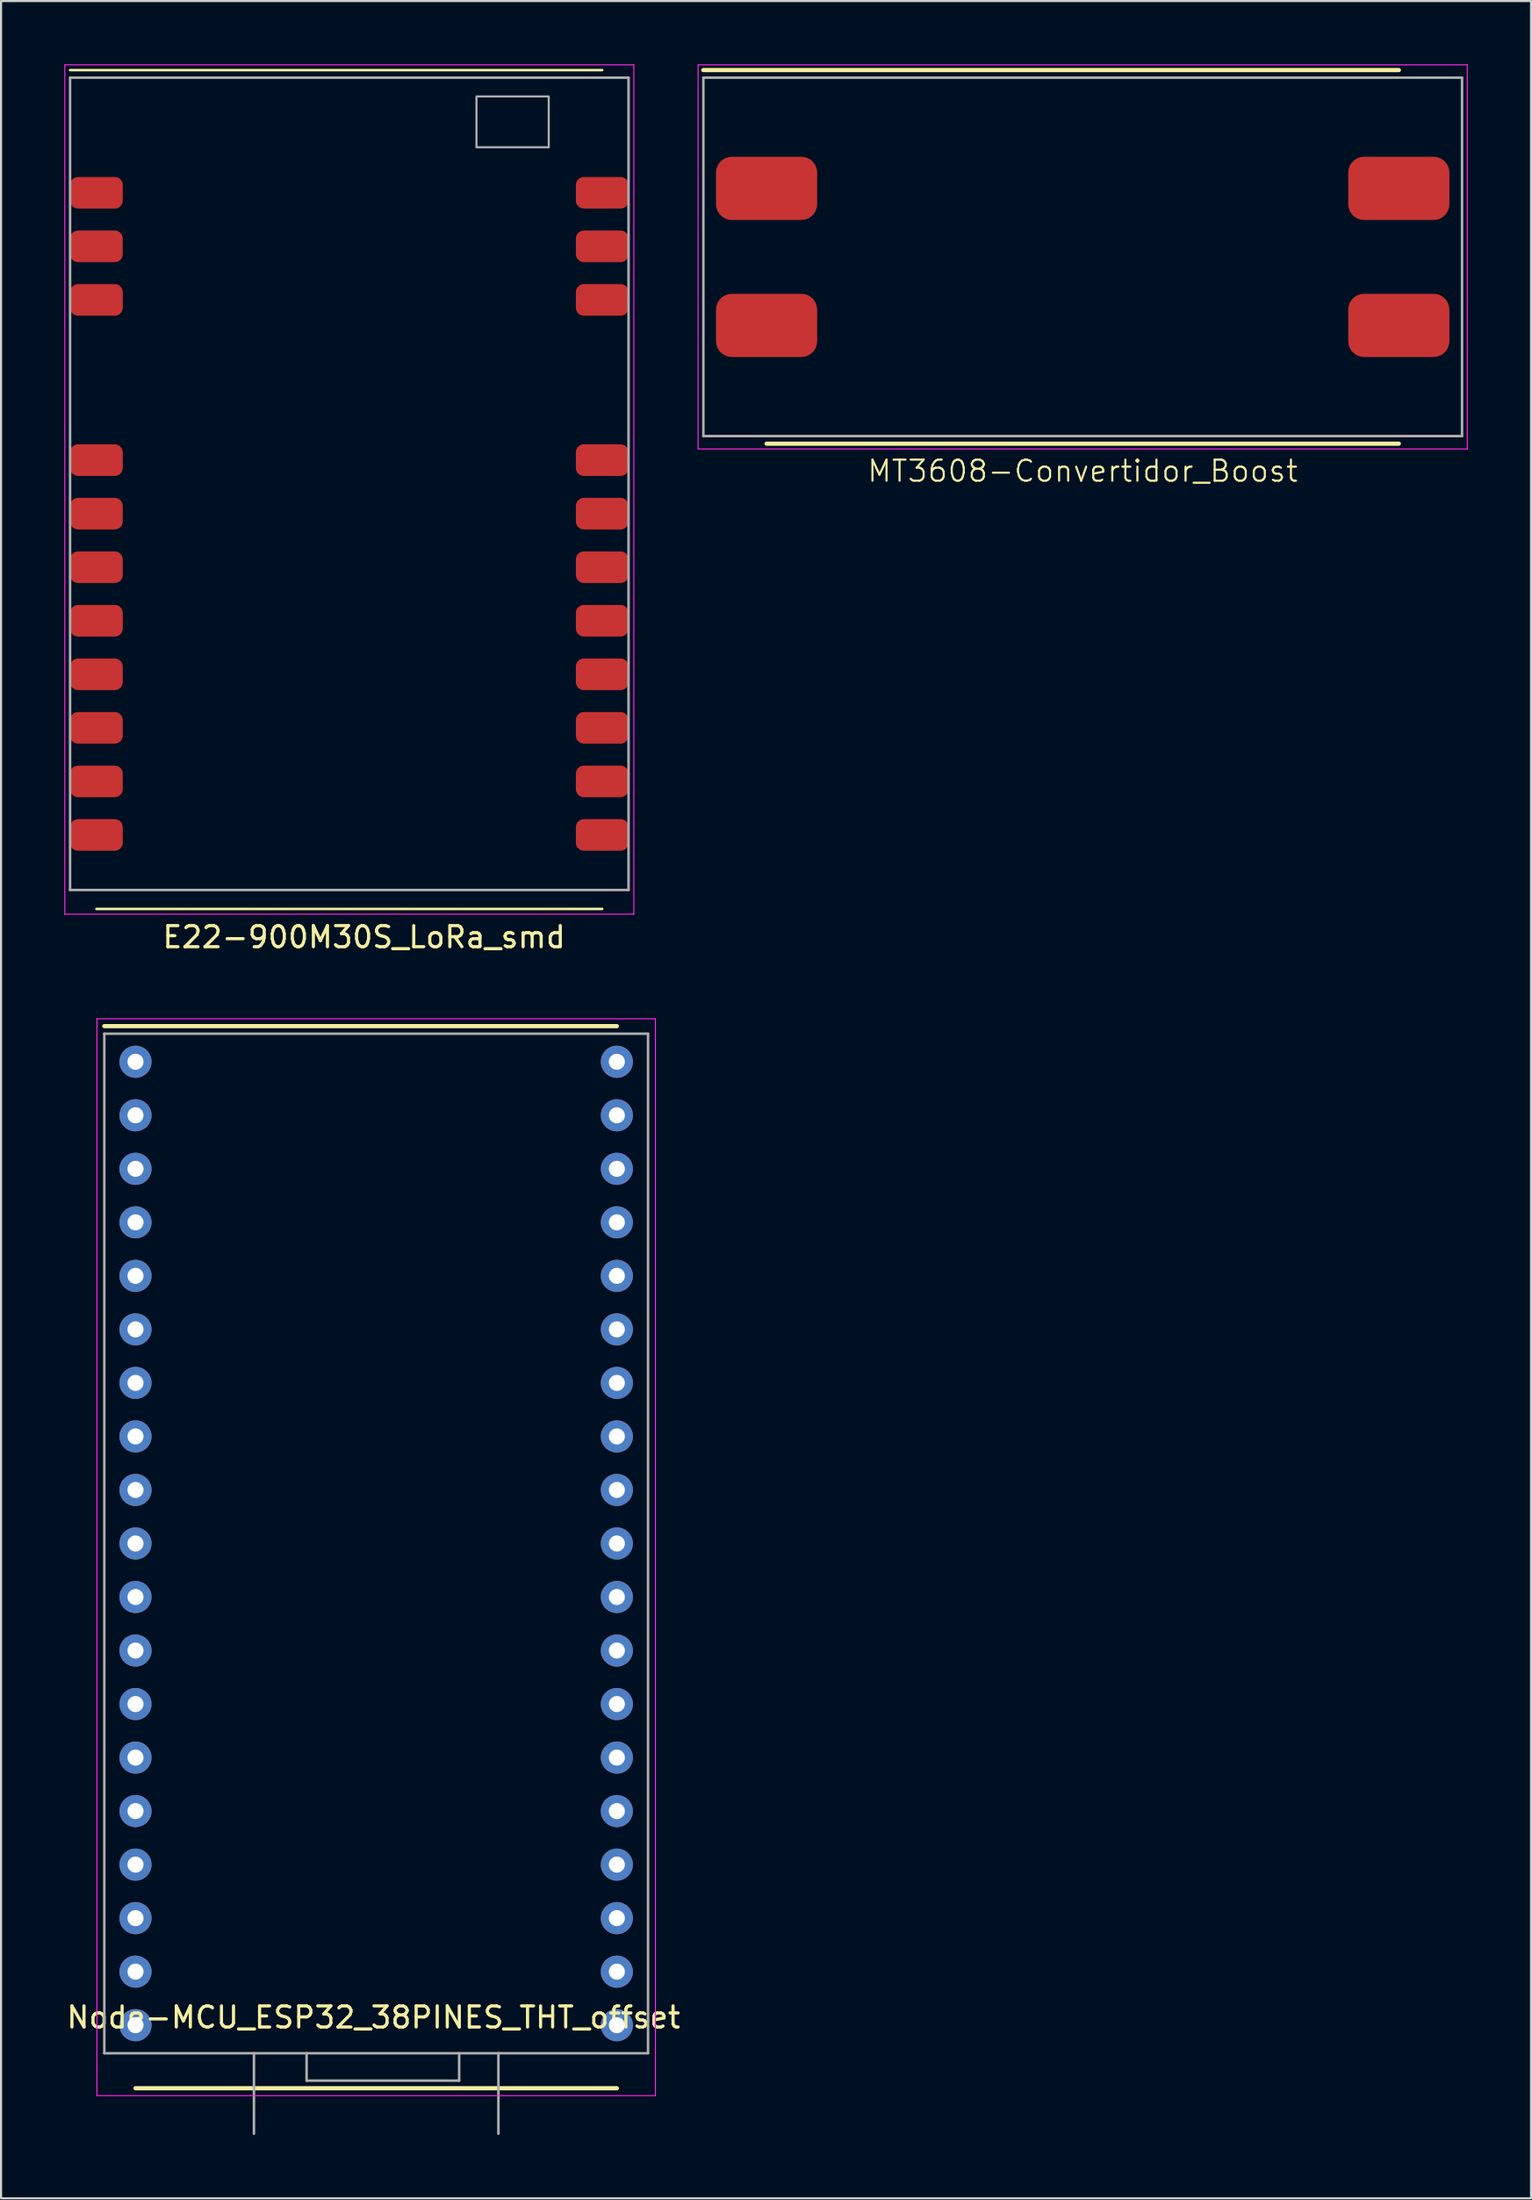
<source format=kicad_pcb>
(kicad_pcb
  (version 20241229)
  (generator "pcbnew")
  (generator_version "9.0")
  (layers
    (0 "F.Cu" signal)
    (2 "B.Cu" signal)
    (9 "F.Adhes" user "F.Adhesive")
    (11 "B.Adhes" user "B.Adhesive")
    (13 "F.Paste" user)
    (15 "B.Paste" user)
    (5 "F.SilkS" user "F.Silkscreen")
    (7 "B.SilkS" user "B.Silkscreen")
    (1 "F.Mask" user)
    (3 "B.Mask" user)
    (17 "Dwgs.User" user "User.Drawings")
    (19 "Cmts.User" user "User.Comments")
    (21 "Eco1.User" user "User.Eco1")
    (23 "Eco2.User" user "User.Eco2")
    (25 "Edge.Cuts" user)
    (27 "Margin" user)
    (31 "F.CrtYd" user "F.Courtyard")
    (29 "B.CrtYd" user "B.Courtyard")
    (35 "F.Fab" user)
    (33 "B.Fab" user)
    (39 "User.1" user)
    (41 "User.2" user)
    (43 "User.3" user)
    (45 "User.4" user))
  (footprint "E22-900M30S_LoRa_smd"
    (layer "F.Cu")
    (at 13.525 20.17)
    (property "Reference" "E22-900M30S_LoRa_smd" (at 0.7 21.231 0) (layer "F.SilkS") (effects (font (size 1 1) (thickness 0.15))))
    (attr smd)
    (fp_line (start -12 19.895) (end 12 19.895) (stroke (width 0.12) (type solid)) (layer "F.SilkS"))
    (fp_line (start 12 -19.895) (end -13.25 -19.895) (stroke (width 0.12) (type solid)) (layer "F.SilkS"))
    (fp_line (start -13.5 -20.145) (end -13.5 20.145) (stroke (width 0.05) (type solid)) (layer "F.CrtYd"))
    (fp_line (start -13.5 20.145) (end 13.5 20.145) (stroke (width 0.05) (type solid)) (layer "F.CrtYd"))
    (fp_line (start 13.5 -20.145) (end -13.5 -20.145) (stroke (width 0.05) (type solid)) (layer "F.CrtYd"))
    (fp_line (start 13.5 20.145) (end 13.5 -20.145) (stroke (width 0.05) (type solid)) (layer "F.CrtYd"))
    (fp_line (start -13.25 18.995) (end -13.25 -19.535) (stroke (width 0.12) (type solid)) (layer "F.Fab"))
    (fp_line (start -13.25 18.995) (end 13.25 18.995) (stroke (width 0.12) (type solid)) (layer "F.Fab"))
    (fp_line (start 13.25 -19.535) (end -13.25 -19.535) (stroke (width 0.12) (type solid)) (layer "F.Fab"))
    (fp_line (start 13.25 18.995) (end 13.25 -19.535) (stroke (width 0.12) (type solid)) (layer "F.Fab"))
    (fp_poly (pts (xy 9.463 -16.234) (xy 6.034 -16.234) (xy 6.034 -18.647) (xy 9.463 -18.647)) (stroke (width 0.1) (type solid)) (fill no) (layer "F.Fab"))
    (pad "1" smd roundrect (at -12 -14.075) (size 2.5 1.5) (layers "F.Cu" "F.Mask" "F.Paste") (roundrect_rratio 0.25))
    (pad "2" smd roundrect (at -12 -11.535) (size 2.5 1.5) (layers "F.Cu" "F.Mask" "F.Paste") (roundrect_rratio 0.25))
    (pad "3" smd roundrect (at -12 -8.995) (size 2.5 1.5) (layers "F.Cu" "F.Mask" "F.Paste") (roundrect_rratio 0.25))
    (pad "4" smd roundrect (at -12 -1.395) (size 2.5 1.5) (layers "F.Cu" "F.Mask" "F.Paste") (roundrect_rratio 0.25))
    (pad "5" smd roundrect (at -12 1.145) (size 2.5 1.5) (layers "F.Cu" "F.Mask" "F.Paste") (roundrect_rratio 0.25))
    (pad "6" smd roundrect (at -12 3.685) (size 2.5 1.5) (layers "F.Cu" "F.Mask" "F.Paste") (roundrect_rratio 0.25))
    (pad "7" smd roundrect (at -12 6.225) (size 2.5 1.5) (layers "F.Cu" "F.Mask" "F.Paste") (roundrect_rratio 0.25))
    (pad "8" smd roundrect (at -12 8.765) (size 2.5 1.5) (layers "F.Cu" "F.Mask" "F.Paste") (roundrect_rratio 0.25))
    (pad "9" smd roundrect (at -12 11.305) (size 2.5 1.5) (layers "F.Cu" "F.Mask" "F.Paste") (roundrect_rratio 0.25))
    (pad "10" smd roundrect (at -12 13.845) (size 2.5 1.5) (layers "F.Cu" "F.Mask" "F.Paste") (roundrect_rratio 0.25))
    (pad "11" smd roundrect (at -12 16.385) (size 2.5 1.5) (layers "F.Cu" "F.Mask" "F.Paste") (roundrect_rratio 0.25))
    (pad "12" smd roundrect (at 12 16.385) (size 2.5 1.5) (layers "F.Cu" "F.Mask" "F.Paste") (roundrect_rratio 0.25))
    (pad "13" smd roundrect (at 12 13.845) (size 2.5 1.5) (layers "F.Cu" "F.Mask" "F.Paste") (roundrect_rratio 0.25))
    (pad "14" smd roundrect (at 12 11.305) (size 2.5 1.5) (layers "F.Cu" "F.Mask" "F.Paste") (roundrect_rratio 0.25))
    (pad "15" smd roundrect (at 12 8.765) (size 2.5 1.5) (layers "F.Cu" "F.Mask" "F.Paste") (roundrect_rratio 0.25))
    (pad "16" smd roundrect (at 12 6.225) (size 2.5 1.5) (layers "F.Cu" "F.Mask" "F.Paste") (roundrect_rratio 0.25))
    (pad "17" smd roundrect (at 12 3.685) (size 2.5 1.5) (layers "F.Cu" "F.Mask" "F.Paste") (roundrect_rratio 0.25))
    (pad "18" smd roundrect (at 12 1.145) (size 2.5 1.5) (layers "F.Cu" "F.Mask" "F.Paste") (roundrect_rratio 0.25))
    (pad "19" smd roundrect (at 12 -1.395) (size 2.5 1.5) (layers "F.Cu" "F.Mask" "F.Paste") (roundrect_rratio 0.25))
    (pad "20" smd roundrect (at 12 -8.995) (size 2.5 1.5) (layers "F.Cu" "F.Mask" "F.Paste") (roundrect_rratio 0.25))
    (pad "21" smd roundrect (at 12 -11.535) (size 2.5 1.5) (layers "F.Cu" "F.Mask" "F.Paste") (roundrect_rratio 0.25))
    (pad "22" smd roundrect (at 12 -14.075) (size 2.5 1.5) (layers "F.Cu" "F.Mask" "F.Paste") (roundrect_rratio 0.25)))
  (footprint "Node-MCU_ESP32_38PINES_THT_offset"
    (layer "F.Cu")
    (at 14.8 70.164)
    (property "Reference" "Node-MCU_ESP32_38PINES_THT_offset" (at -0.127 22.479 0) (layer "F.SilkS") (effects (font (size 1 1) (thickness 0.15))))
    (attr through_hole)
    (fp_line (start 11.42 -24.54) (end -12.9 -24.54) (stroke (width 0.2) (type solid)) (layer "F.SilkS"))
    (fp_line (start 11.42 25.84) (end -11.42 25.84) (stroke (width 0.2) (type solid)) (layer "F.SilkS"))
    (fp_line (start -13.25 -24.89) (end 13.25 -24.89) (stroke (width 0.05) (type solid)) (layer "F.CrtYd"))
    (fp_line (start -13.25 26.19) (end -13.25 -24.89) (stroke (width 0.05) (type solid)) (layer "F.CrtYd"))
    (fp_line (start 13.25 -24.89) (end 13.25 26.19) (stroke (width 0.05) (type solid)) (layer "F.CrtYd"))
    (fp_line (start 13.25 26.19) (end -13.25 26.19) (stroke (width 0.05) (type solid)) (layer "F.CrtYd"))
    (fp_line (start -12.9 -24.18) (end -12.9 24.18) (stroke (width 0.12) (type solid)) (layer "F.Fab"))
    (fp_line (start -12.9 24.18) (end 12.9 24.18) (stroke (width 0.12) (type solid)) (layer "F.Fab"))
    (fp_line (start -5.8 24.18) (end -5.8 28) (stroke (width 0.12) (type solid)) (layer "F.Fab"))
    (fp_line (start -3.302 25.48) (end -3.302 24.18) (stroke (width 0.12) (type solid)) (layer "F.Fab"))
    (fp_line (start -3.302 25.48) (end 3.937 25.48) (stroke (width 0.12) (type solid)) (layer "F.Fab"))
    (fp_line (start 3.937 25.48) (end 3.937 24.18) (stroke (width 0.12) (type solid)) (layer "F.Fab"))
    (fp_line (start 5.8 24.18) (end 5.8 28) (stroke (width 0.12) (type solid)) (layer "F.Fab"))
    (fp_line (start 12.9 -24.18) (end -12.9 -24.18) (stroke (width 0.12) (type solid)) (layer "F.Fab"))
    (fp_line (start 12.9 24.18) (end 12.9 -24.18) (stroke (width 0.12) (type solid)) (layer "F.Fab"))
    (pad "1" thru_hole circle (at -11.42 -22.85) (size 1.524 1.524) (drill 0.762) (layers "*.Cu" "*.Mask"))
    (pad "2" thru_hole circle (at -11.42 -20.311) (size 1.524 1.524) (drill 0.762) (layers "*.Cu" "*.Mask"))
    (pad "3" thru_hole circle (at -11.42 -17.772) (size 1.524 1.524) (drill 0.762) (layers "*.Cu" "*.Mask"))
    (pad "4" thru_hole circle (at -11.42 -15.233) (size 1.524 1.524) (drill 0.762) (layers "*.Cu" "*.Mask"))
    (pad "5" thru_hole circle (at -11.42 -12.694) (size 1.524 1.524) (drill 0.762) (layers "*.Cu" "*.Mask"))
    (pad "6" thru_hole circle (at -11.42 -10.156) (size 1.524 1.524) (drill 0.762) (layers "*.Cu" "*.Mask"))
    (pad "7" thru_hole circle (at -11.42 -7.617) (size 1.524 1.524) (drill 0.762) (layers "*.Cu" "*.Mask"))
    (pad "8" thru_hole circle (at -11.42 -5.078) (size 1.524 1.524) (drill 0.762) (layers "*.Cu" "*.Mask"))
    (pad "9" thru_hole circle (at -11.42 -2.539) (size 1.524 1.524) (drill 0.762) (layers "*.Cu" "*.Mask"))
    (pad "10" thru_hole circle (at -11.42 -0.000008) (size 1.524 1.524) (drill 0.762) (layers "*.Cu" "*.Mask"))
    (pad "11" thru_hole circle (at -11.42 2.539) (size 1.524 1.524) (drill 0.762) (layers "*.Cu" "*.Mask"))
    (pad "12" thru_hole circle (at -11.42 5.078) (size 1.524 1.524) (drill 0.762) (layers "*.Cu" "*.Mask"))
    (pad "13" thru_hole circle (at -11.42 7.617) (size 1.524 1.524) (drill 0.762) (layers "*.Cu" "*.Mask"))
    (pad "14" thru_hole circle (at -11.42 10.156) (size 1.524 1.524) (drill 0.762) (layers "*.Cu" "*.Mask"))
    (pad "15" thru_hole circle (at -11.42 12.694) (size 1.524 1.524) (drill 0.762) (layers "*.Cu" "*.Mask"))
    (pad "16" thru_hole circle (at -11.42 15.233) (size 1.524 1.524) (drill 0.762) (layers "*.Cu" "*.Mask"))
    (pad "17" thru_hole circle (at -11.42 17.772) (size 1.524 1.524) (drill 0.762) (layers "*.Cu" "*.Mask"))
    (pad "18" thru_hole circle (at -11.42 20.311) (size 1.524 1.524) (drill 0.762) (layers "*.Cu" "*.Mask"))
    (pad "19" thru_hole circle (at -11.42 22.85) (size 1.524 1.524) (drill 0.762) (layers "*.Cu" "*.Mask"))
    (pad "20" thru_hole circle (at 11.42 22.85) (size 1.524 1.524) (drill 0.762) (layers "*.Cu" "*.Mask"))
    (pad "21" thru_hole circle (at 11.42 20.311) (size 1.524 1.524) (drill 0.762) (layers "*.Cu" "*.Mask"))
    (pad "22" thru_hole circle (at 11.42 17.772) (size 1.524 1.524) (drill 0.762) (layers "*.Cu" "*.Mask"))
    (pad "23" thru_hole circle (at 11.42 15.233) (size 1.524 1.524) (drill 0.762) (layers "*.Cu" "*.Mask"))
    (pad "24" thru_hole circle (at 11.42 12.694) (size 1.524 1.524) (drill 0.762) (layers "*.Cu" "*.Mask"))
    (pad "25" thru_hole circle (at 11.42 10.156) (size 1.524 1.524) (drill 0.762) (layers "*.Cu" "*.Mask"))
    (pad "26" thru_hole circle (at 11.42 7.617) (size 1.524 1.524) (drill 0.762) (layers "*.Cu" "*.Mask"))
    (pad "27" thru_hole circle (at 11.42 5.078) (size 1.524 1.524) (drill 0.762) (layers "*.Cu" "*.Mask"))
    (pad "28" thru_hole circle (at 11.42 2.539) (size 1.524 1.524) (drill 0.762) (layers "*.Cu" "*.Mask"))
    (pad "29" thru_hole circle (at 11.42 -0.000008) (size 1.524 1.524) (drill 0.762) (layers "*.Cu" "*.Mask"))
    (pad "30" thru_hole circle (at 11.42 -2.539) (size 1.524 1.524) (drill 0.762) (layers "*.Cu" "*.Mask"))
    (pad "31" thru_hole circle (at 11.42 -5.078) (size 1.524 1.524) (drill 0.762) (layers "*.Cu" "*.Mask"))
    (pad "32" thru_hole circle (at 11.42 -7.617) (size 1.524 1.524) (drill 0.762) (layers "*.Cu" "*.Mask"))
    (pad "33" thru_hole circle (at 11.42 -10.156) (size 1.524 1.524) (drill 0.762) (layers "*.Cu" "*.Mask"))
    (pad "34" thru_hole circle (at 11.42 -12.694) (size 1.524 1.524) (drill 0.762) (layers "*.Cu" "*.Mask"))
    (pad "35" thru_hole circle (at 11.42 -15.233) (size 1.524 1.524) (drill 0.762) (layers "*.Cu" "*.Mask"))
    (pad "36" thru_hole circle (at 11.42 -17.772) (size 1.524 1.524) (drill 0.762) (layers "*.Cu" "*.Mask"))
    (pad "37" thru_hole circle (at 11.42 -20.311) (size 1.524 1.524) (drill 0.762) (layers "*.Cu" "*.Mask"))
    (pad "38" thru_hole circle (at 11.42 -22.85) (size 1.524 1.524) (drill 0.762) (layers "*.Cu" "*.Mask")))
  (footprint "MT3608-Convertidor_Boost"
    (layer "F.Cu")
    (at 48.325 9.135)
    (property "Reference" "MT3608-Convertidor_Boost" (at 0 10.16 0) (unlocked yes) (layer "F.SilkS") (effects (font (size 1 1) (thickness 0.1))))
    (attr smd)
    (fp_line (start 15 -8.86) (end -18 -8.86) (stroke (width 0.2) (type default)) (layer "F.SilkS"))
    (fp_line (start 15 8.86) (end -15 8.86) (stroke (width 0.2) (type default)) (layer "F.SilkS"))
    (fp_line (start -18.25 -9.11) (end -18.25 9.11) (stroke (width 0.05) (type default)) (layer "F.CrtYd"))
    (fp_line (start -18.25 9.11) (end 18.25 9.11) (stroke (width 0.05) (type default)) (layer "F.CrtYd"))
    (fp_line (start 18.25 -9.11) (end -18.25 -9.11) (stroke (width 0.05) (type default)) (layer "F.CrtYd"))
    (fp_line (start 18.25 9.11) (end 18.25 -9.11) (stroke (width 0.05) (type default)) (layer "F.CrtYd"))
    (fp_line (start -18 -8.5) (end 18 -8.5) (stroke (width 0.12) (type default)) (layer "F.Fab"))
    (fp_line (start -18 8.5) (end -18 -8.5) (stroke (width 0.12) (type default)) (layer "F.Fab"))
    (fp_line (start 18 -8.5) (end 18 8.5) (stroke (width 0.12) (type default)) (layer "F.Fab"))
    (fp_line (start 18 8.5) (end -18 8.5) (stroke (width 0.12) (type default)) (layer "F.Fab"))
    (pad "1" smd roundrect (at -15 -3.25) (size 4.8 3) (layers "F.Cu" "F.Mask" "F.Paste") (roundrect_rratio 0.25))
    (pad "2" smd roundrect (at -15 3.25) (size 4.8 3) (layers "F.Cu" "F.Mask" "F.Paste") (roundrect_rratio 0.25))
    (pad "3" smd roundrect (at 15 3.25) (size 4.8 3) (layers "F.Cu" "F.Mask" "F.Paste") (roundrect_rratio 0.25))
    (pad "4" smd roundrect (at 15 -3.25) (size 4.8 3) (layers "F.Cu" "F.Mask" "F.Paste") (roundrect_rratio 0.25)))
  (gr_rect
    (start -3 -3)
    (end 69.6 101.224)
    (stroke (width 0.1) (type default))
    (fill no)
    (layer "Edge.Cuts")))
</source>
